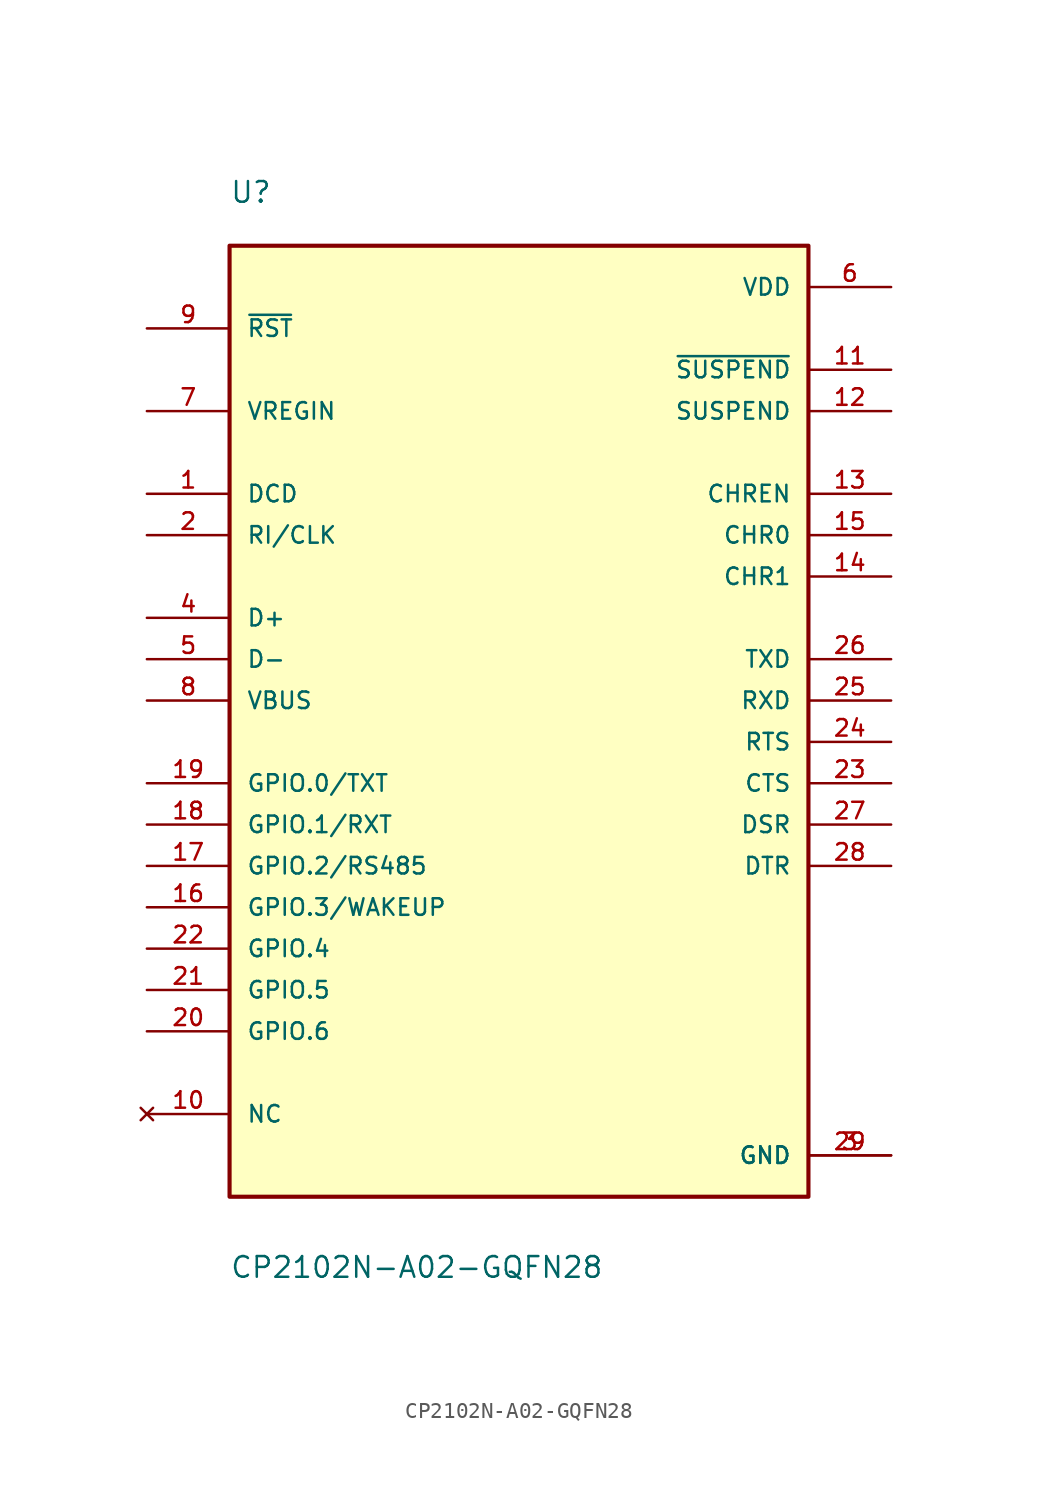
<source format=kicad_sym>
(kicad_symbol_lib
  (version 20211014)
  (generator kicad_symbol_editor)
  (symbol "CP2102N-A02-GQFN28"
    (pin_names
      (offset 1.016))
    (property "Reference" "U"
      (at -17.78 33.02 0)
      (effects (font (size 1.27 1.27)) (justify bottom left)))
    (property "Value" "CP2102N-A02-GQFN28"
      (at -17.78 -33.02 0)
      (effects (font (size 1.27 1.27)) (justify bottom left)))
    (symbol "CP2102N-A02-GQFN28_0_0"
      (rectangle (start -17.78 -27.94) (end 17.78 30.48) (stroke (width 0.254)) (fill (type background)))
      (pin input line (at -22.86 15.24 0) (length 5.08) (name "DCD" (effects (font (size 1.016 1.016)))) (number "1" (effects (font (size 1.016 1.016)))))
      (pin bidirectional line (at -22.86 12.7 0) (length 5.08) (name "RI/CLK" (effects (font (size 1.016 1.016)))) (number "2" (effects (font (size 1.016 1.016)))))
      (pin power_in line (at 22.86 -25.4 180.0) (length 5.08) (name "GND" (effects (font (size 1.016 1.016)))) (number "3" (effects (font (size 1.016 1.016)))))
      (pin power_in line (at 22.86 -25.4 180.0) (length 5.08) (name "GND" (effects (font (size 1.016 1.016)))) (number "29" (effects (font (size 1.016 1.016)))))
      (pin bidirectional line (at -22.86 7.62 0) (length 5.08) (name "D+" (effects (font (size 1.016 1.016)))) (number "4" (effects (font (size 1.016 1.016)))))
      (pin bidirectional line (at -22.86 5.08 0) (length 5.08) (name "D-" (effects (font (size 1.016 1.016)))) (number "5" (effects (font (size 1.016 1.016)))))
      (pin power_in line (at 22.86 27.94 180.0) (length 5.08) (name "VDD" (effects (font (size 1.016 1.016)))) (number "6" (effects (font (size 1.016 1.016)))))
      (pin input line (at -22.86 20.32 0) (length 5.08) (name "VREGIN" (effects (font (size 1.016 1.016)))) (number "7" (effects (font (size 1.016 1.016)))))
      (pin input line (at -22.86 2.54 0) (length 5.08) (name "VBUS" (effects (font (size 1.016 1.016)))) (number "8" (effects (font (size 1.016 1.016)))))
      (pin input line (at -22.86 25.4 0) (length 5.08) (name "~{RST}" (effects (font (size 1.016 1.016)))) (number "9" (effects (font (size 1.016 1.016)))))
      (pin no_connect line (at -22.86 -22.86 0) (length 5.08) (name "NC" (effects (font (size 1.016 1.016)))) (number "10" (effects (font (size 1.016 1.016)))))
      (pin output line (at 22.86 22.86 180.0) (length 5.08) (name "~{SUSPEND}" (effects (font (size 1.016 1.016)))) (number "11" (effects (font (size 1.016 1.016)))))
      (pin output line (at 22.86 20.32 180.0) (length 5.08) (name "SUSPEND" (effects (font (size 1.016 1.016)))) (number "12" (effects (font (size 1.016 1.016)))))
      (pin output line (at 22.86 15.24 180.0) (length 5.08) (name "CHREN" (effects (font (size 1.016 1.016)))) (number "13" (effects (font (size 1.016 1.016)))))
      (pin output line (at 22.86 10.16 180.0) (length 5.08) (name "CHR1" (effects (font (size 1.016 1.016)))) (number "14" (effects (font (size 1.016 1.016)))))
      (pin bidirectional line (at -22.86 -15.24 0) (length 5.08) (name "GPIO.5" (effects (font (size 1.016 1.016)))) (number "21" (effects (font (size 1.016 1.016)))))
      (pin bidirectional line (at -22.86 -17.78 0) (length 5.08) (name "GPIO.6" (effects (font (size 1.016 1.016)))) (number "20" (effects (font (size 1.016 1.016)))))
      (pin bidirectional line (at -22.86 -2.54 0) (length 5.08) (name "GPIO.0/TXT" (effects (font (size 1.016 1.016)))) (number "19" (effects (font (size 1.016 1.016)))))
      (pin bidirectional line (at -22.86 -5.08 0) (length 5.08) (name "GPIO.1/RXT" (effects (font (size 1.016 1.016)))) (number "18" (effects (font (size 1.016 1.016)))))
      (pin bidirectional line (at -22.86 -7.62 0) (length 5.08) (name "GPIO.2/RS485" (effects (font (size 1.016 1.016)))) (number "17" (effects (font (size 1.016 1.016)))))
      (pin bidirectional line (at -22.86 -10.16 0) (length 5.08) (name "GPIO.3/WAKEUP" (effects (font (size 1.016 1.016)))) (number "16" (effects (font (size 1.016 1.016)))))
      (pin output line (at 22.86 12.7 180.0) (length 5.08) (name "CHR0" (effects (font (size 1.016 1.016)))) (number "15" (effects (font (size 1.016 1.016)))))
      (pin output line (at 22.86 -7.62 180.0) (length 5.08) (name "DTR" (effects (font (size 1.016 1.016)))) (number "28" (effects (font (size 1.016 1.016)))))
      (pin input line (at 22.86 -5.08 180.0) (length 5.08) (name "DSR" (effects (font (size 1.016 1.016)))) (number "27" (effects (font (size 1.016 1.016)))))
      (pin output line (at 22.86 5.08 180.0) (length 5.08) (name "TXD" (effects (font (size 1.016 1.016)))) (number "26" (effects (font (size 1.016 1.016)))))
      (pin input line (at 22.86 2.54 180.0) (length 5.08) (name "RXD" (effects (font (size 1.016 1.016)))) (number "25" (effects (font (size 1.016 1.016)))))
      (pin output line (at 22.86 0.0 180.0) (length 5.08) (name "RTS" (effects (font (size 1.016 1.016)))) (number "24" (effects (font (size 1.016 1.016)))))
      (pin input line (at 22.86 -2.54 180.0) (length 5.08) (name "CTS" (effects (font (size 1.016 1.016)))) (number "23" (effects (font (size 1.016 1.016)))))
      (pin bidirectional line (at -22.86 -12.7 0) (length 5.08) (name "GPIO.4" (effects (font (size 1.016 1.016)))) (number "22" (effects (font (size 1.016 1.016))))))))
</source>
